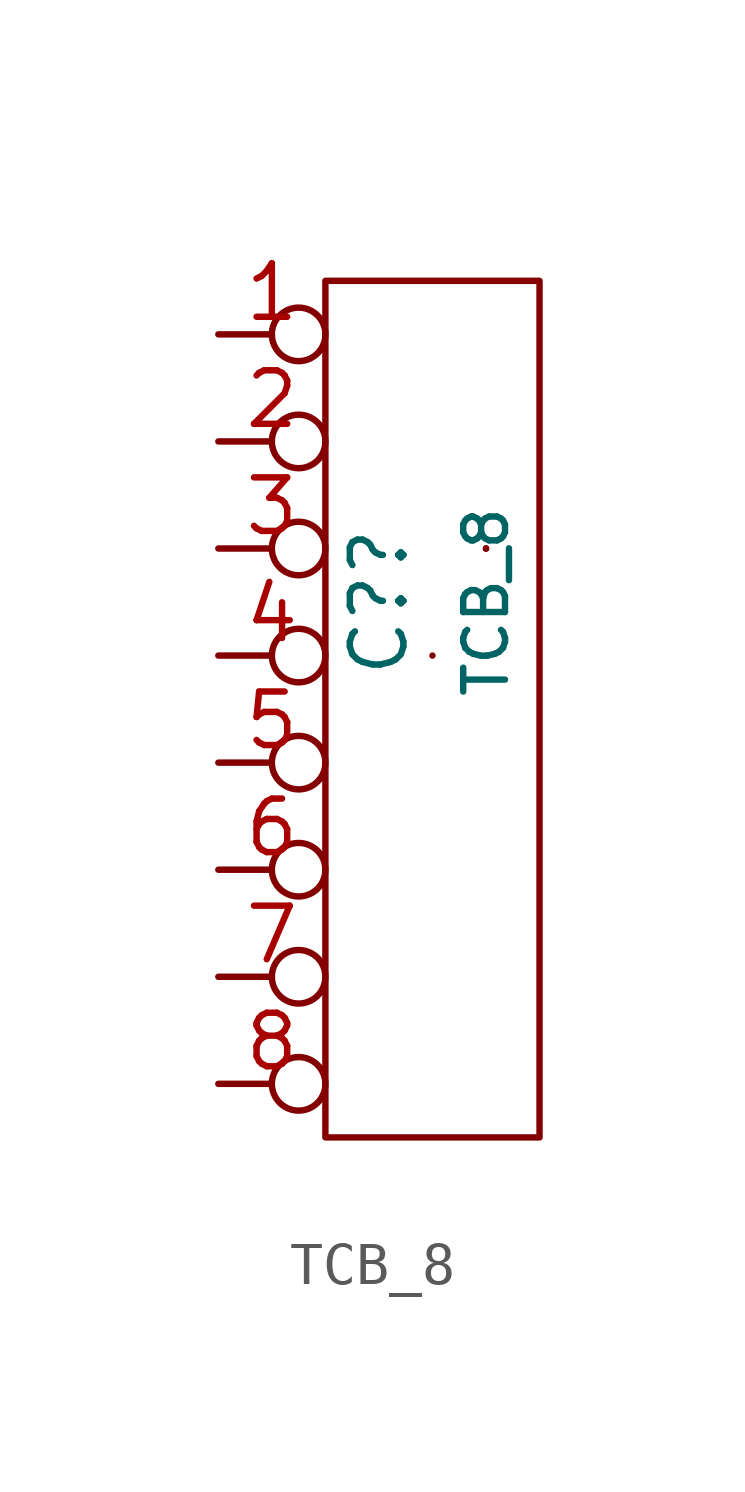
<source format=kicad_sym>
(kicad_symbol_lib
  (version 20210619)
  (generator kicad_symbol_editor)
  (symbol "K40-power-rescue:TCB_8"
    (pin_names
      (offset 0.965) hide)
    (property "Reference" "C?"
      (at -1.27 -1.27 90)
      (effects (font (size 1.27 1.27))))
    (property "Value" "TCB_8"
      (at 1.27 -1.27 90)
      (effects (font (size 0.991 0.991))))
    (symbol "TCB_8_0_1"
      (rectangle (start -2.54 6.35) (end 2.54 -13.97) (stroke (width 0.152)) (fill (type none)))
      (rectangle (start 0 -2.54) (end 0 -2.54) (stroke (width 0.152)) (fill (type none)))
      (rectangle (start 1.27 -2.54) (end 1.27 -2.54) (stroke (width 0.152)) (fill (type none)))
      (rectangle (start 1.27 0) (end 1.27 0) (stroke (width 0.152)) (fill (type none)))
      (rectangle (start 1.27 0) (end 1.27 0) (stroke (width 0.152)) (fill (type none)))
      (rectangle (start 1.27 0) (end 1.27 0) (stroke (width 0.152)) (fill (type none))))
    (symbol "TCB_8_1_1"
      (pin passive inverted (at -5.08 5.08 0) (length 2.54) (name "P" (effects (font (size 1.27 1.27)))) (number "1" (effects (font (size 1.27 1.27)))))
      (pin passive inverted (at -5.08 2.54 0) (length 2.54) (name "P" (effects (font (size 1.27 1.27)))) (number "2" (effects (font (size 1.27 1.27)))))
      (pin passive inverted (at -5.08 0 0) (length 2.54) (name "P" (effects (font (size 1.27 1.27)))) (number "3" (effects (font (size 1.27 1.27)))))
      (pin passive inverted (at -5.08 -2.54 0) (length 2.54) (name "P" (effects (font (size 1.27 1.27)))) (number "4" (effects (font (size 1.27 1.27)))))
      (pin passive inverted (at -5.08 -5.08 0) (length 2.54) (name "P" (effects (font (size 1.27 1.27)))) (number "5" (effects (font (size 1.27 1.27)))))
      (pin passive inverted (at -5.08 -7.62 0) (length 2.54) (name "P" (effects (font (size 1.27 1.27)))) (number "6" (effects (font (size 1.27 1.27)))))
      (pin passive inverted (at -5.08 -10.16 0) (length 2.54) (name "P" (effects (font (size 1.27 1.27)))) (number "7" (effects (font (size 1.27 1.27)))))
      (pin passive inverted (at -5.08 -12.7 0) (length 2.54) (name "P" (effects (font (size 1.27 1.27)))) (number "8" (effects (font (size 1.27 1.27))))))))
</source>
